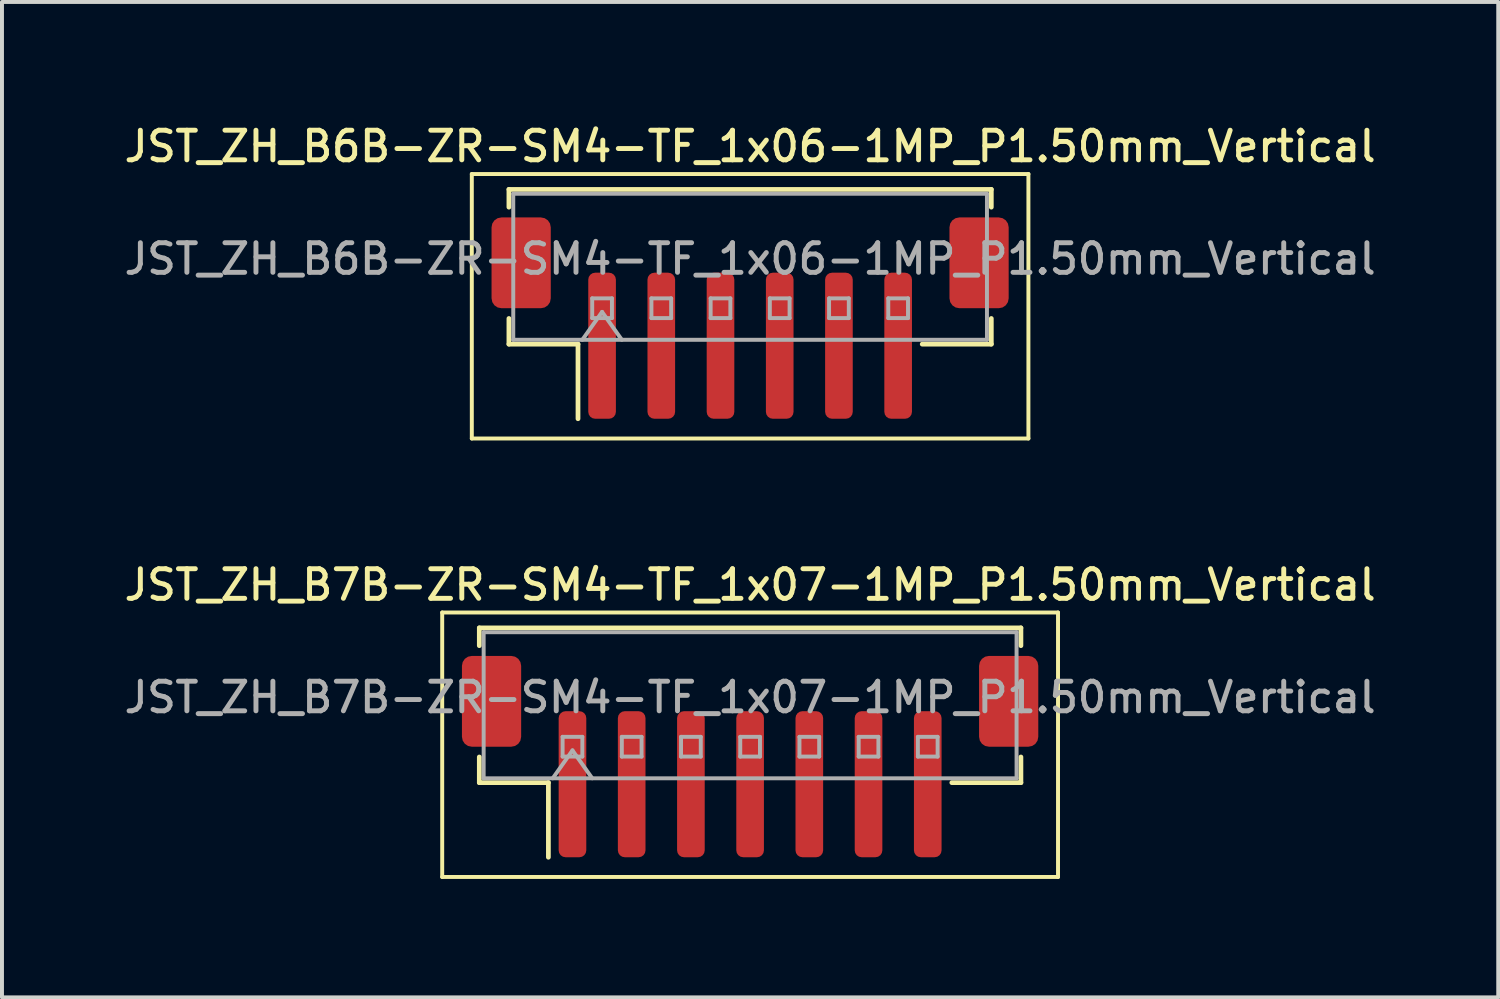
<source format=kicad_pcb>
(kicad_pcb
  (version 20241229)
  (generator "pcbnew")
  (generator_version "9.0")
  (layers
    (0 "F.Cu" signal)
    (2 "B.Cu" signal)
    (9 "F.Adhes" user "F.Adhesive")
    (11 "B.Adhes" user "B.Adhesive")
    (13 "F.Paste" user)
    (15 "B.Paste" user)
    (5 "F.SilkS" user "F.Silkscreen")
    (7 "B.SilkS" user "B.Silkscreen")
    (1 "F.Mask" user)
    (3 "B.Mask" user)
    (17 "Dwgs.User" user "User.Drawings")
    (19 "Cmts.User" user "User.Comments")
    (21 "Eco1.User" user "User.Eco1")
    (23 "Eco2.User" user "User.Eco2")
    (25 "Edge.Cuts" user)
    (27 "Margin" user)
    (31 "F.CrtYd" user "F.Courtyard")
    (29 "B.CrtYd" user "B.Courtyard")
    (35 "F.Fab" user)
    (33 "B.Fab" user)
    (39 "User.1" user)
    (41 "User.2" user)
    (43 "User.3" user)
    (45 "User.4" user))
  (footprint "JST_ZH_B7B-ZR-SM4-TF_1x07-1MP_P1.50mm_Vertical"
    (layer "F.Cu")
    (at 15.952 16.116)
    (property "Reference" "JST_ZH_B7B-ZR-SM4-TF_1x07-1MP_P1.50mm_Vertical" (at 0 -4.35 0) (layer "F.SilkS") (effects (font (size 0.75 0.75) (thickness 0.125))))
    (attr smd)
    (fp_line (start -7.8 -3.65) (end -7.8 3.05) (stroke (width 0.1) (type solid)) (layer "F.SilkS"))
    (fp_line (start -7.8 3.05) (end 7.8 3.05) (stroke (width 0.1) (type solid)) (layer "F.SilkS"))
    (fp_line (start -6.86 -3.26) (end 6.86 -3.26) (stroke (width 0.12) (type solid)) (layer "F.SilkS"))
    (fp_line (start -6.86 -2.81) (end -6.86 -3.26) (stroke (width 0.12) (type solid)) (layer "F.SilkS"))
    (fp_line (start -6.86 0.01) (end -6.86 0.66) (stroke (width 0.12) (type solid)) (layer "F.SilkS"))
    (fp_line (start -6.86 0.66) (end -5.11 0.66) (stroke (width 0.12) (type solid)) (layer "F.SilkS"))
    (fp_line (start -5.11 0.66) (end -5.11 2.55) (stroke (width 0.12) (type solid)) (layer "F.SilkS"))
    (fp_line (start 6.86 -3.26) (end 6.86 -2.81) (stroke (width 0.12) (type solid)) (layer "F.SilkS"))
    (fp_line (start 6.86 0.01) (end 6.86 0.66) (stroke (width 0.12) (type solid)) (layer "F.SilkS"))
    (fp_line (start 6.86 0.66) (end 5.11 0.66) (stroke (width 0.12) (type solid)) (layer "F.SilkS"))
    (fp_line (start 7.8 -3.65) (end -7.8 -3.65) (stroke (width 0.1) (type solid)) (layer "F.SilkS"))
    (fp_line (start 7.8 3.05) (end 7.8 -3.65) (stroke (width 0.1) (type solid)) (layer "F.SilkS"))
    (fp_line (start -6.75 -3.15) (end 6.75 -3.15) (stroke (width 0.1) (type solid)) (layer "F.Fab"))
    (fp_line (start -6.75 0.55) (end -6.75 -3.15) (stroke (width 0.1) (type solid)) (layer "F.Fab"))
    (fp_line (start -6.75 0.55) (end 6.75 0.55) (stroke (width 0.1) (type solid)) (layer "F.Fab"))
    (fp_line (start -5 0.55) (end -4.5 -0.157) (stroke (width 0.1) (type solid)) (layer "F.Fab"))
    (fp_line (start -4.75 -0.5) (end -4.75 0) (stroke (width 0.1) (type solid)) (layer "F.Fab"))
    (fp_line (start -4.75 0) (end -4.25 0) (stroke (width 0.1) (type solid)) (layer "F.Fab"))
    (fp_line (start -4.5 -0.157) (end -4 0.55) (stroke (width 0.1) (type solid)) (layer "F.Fab"))
    (fp_line (start -4.25 -0.5) (end -4.75 -0.5) (stroke (width 0.1) (type solid)) (layer "F.Fab"))
    (fp_line (start -4.25 0) (end -4.25 -0.5) (stroke (width 0.1) (type solid)) (layer "F.Fab"))
    (fp_line (start -3.25 -0.5) (end -3.25 0) (stroke (width 0.1) (type solid)) (layer "F.Fab"))
    (fp_line (start -3.25 0) (end -2.75 0) (stroke (width 0.1) (type solid)) (layer "F.Fab"))
    (fp_line (start -2.75 -0.5) (end -3.25 -0.5) (stroke (width 0.1) (type solid)) (layer "F.Fab"))
    (fp_line (start -2.75 0) (end -2.75 -0.5) (stroke (width 0.1) (type solid)) (layer "F.Fab"))
    (fp_line (start -1.75 -0.5) (end -1.75 0) (stroke (width 0.1) (type solid)) (layer "F.Fab"))
    (fp_line (start -1.75 0) (end -1.25 0) (stroke (width 0.1) (type solid)) (layer "F.Fab"))
    (fp_line (start -1.25 -0.5) (end -1.75 -0.5) (stroke (width 0.1) (type solid)) (layer "F.Fab"))
    (fp_line (start -1.25 0) (end -1.25 -0.5) (stroke (width 0.1) (type solid)) (layer "F.Fab"))
    (fp_line (start -0.25 -0.5) (end -0.25 0) (stroke (width 0.1) (type solid)) (layer "F.Fab"))
    (fp_line (start -0.25 0) (end 0.25 0) (stroke (width 0.1) (type solid)) (layer "F.Fab"))
    (fp_line (start 0.25 -0.5) (end -0.25 -0.5) (stroke (width 0.1) (type solid)) (layer "F.Fab"))
    (fp_line (start 0.25 0) (end 0.25 -0.5) (stroke (width 0.1) (type solid)) (layer "F.Fab"))
    (fp_line (start 1.25 -0.5) (end 1.25 0) (stroke (width 0.1) (type solid)) (layer "F.Fab"))
    (fp_line (start 1.25 0) (end 1.75 0) (stroke (width 0.1) (type solid)) (layer "F.Fab"))
    (fp_line (start 1.75 -0.5) (end 1.25 -0.5) (stroke (width 0.1) (type solid)) (layer "F.Fab"))
    (fp_line (start 1.75 0) (end 1.75 -0.5) (stroke (width 0.1) (type solid)) (layer "F.Fab"))
    (fp_line (start 2.75 -0.5) (end 2.75 0) (stroke (width 0.1) (type solid)) (layer "F.Fab"))
    (fp_line (start 2.75 0) (end 3.25 0) (stroke (width 0.1) (type solid)) (layer "F.Fab"))
    (fp_line (start 3.25 -0.5) (end 2.75 -0.5) (stroke (width 0.1) (type solid)) (layer "F.Fab"))
    (fp_line (start 3.25 0) (end 3.25 -0.5) (stroke (width 0.1) (type solid)) (layer "F.Fab"))
    (fp_line (start 4.25 -0.5) (end 4.25 0) (stroke (width 0.1) (type solid)) (layer "F.Fab"))
    (fp_line (start 4.25 0) (end 4.75 0) (stroke (width 0.1) (type solid)) (layer "F.Fab"))
    (fp_line (start 4.75 -0.5) (end 4.25 -0.5) (stroke (width 0.1) (type solid)) (layer "F.Fab"))
    (fp_line (start 4.75 0) (end 4.75 -0.5) (stroke (width 0.1) (type solid)) (layer "F.Fab"))
    (fp_line (start 6.75 0.55) (end 6.75 -3.15) (stroke (width 0.1) (type solid)) (layer "F.Fab"))
    (fp_text user "${REFERENCE}" (at 0 -1.5 0) (layer "F.Fab") (effects (font (size 0.75 0.75) (thickness 0.125))))
    (pad "1" smd roundrect (at -4.5 0.7) (size 0.7 3.7) (layers "F.Cu" "F.Mask" "F.Paste") (roundrect_rratio 0.25))
    (pad "2" smd roundrect (at -3 0.7) (size 0.7 3.7) (layers "F.Cu" "F.Mask" "F.Paste") (roundrect_rratio 0.25))
    (pad "3" smd roundrect (at -1.5 0.7) (size 0.7 3.7) (layers "F.Cu" "F.Mask" "F.Paste") (roundrect_rratio 0.25))
    (pad "4" smd roundrect (at 0 0.7) (size 0.7 3.7) (layers "F.Cu" "F.Mask" "F.Paste") (roundrect_rratio 0.25))
    (pad "5" smd roundrect (at 1.5 0.7) (size 0.7 3.7) (layers "F.Cu" "F.Mask" "F.Paste") (roundrect_rratio 0.25))
    (pad "6" smd roundrect (at 3 0.7) (size 0.7 3.7) (layers "F.Cu" "F.Mask" "F.Paste") (roundrect_rratio 0.25))
    (pad "7" smd roundrect (at 4.5 0.7) (size 0.7 3.7) (layers "F.Cu" "F.Mask" "F.Paste") (roundrect_rratio 0.25))
    (pad "MP" smd roundrect (at -6.55 -1.4) (size 1.5 2.3) (layers "F.Cu" "F.Mask" "F.Paste") (roundrect_rratio 0.167))
    (pad "MP" smd roundrect (at 6.55 -1.4) (size 1.5 2.3) (layers "F.Cu" "F.Mask" "F.Paste") (roundrect_rratio 0.167)))
  (footprint "JST_ZH_B6B-ZR-SM4-TF_1x06-1MP_P1.50mm_Vertical"
    (layer "F.Cu")
    (at 15.952 5.008)
    (property "Reference" "JST_ZH_B6B-ZR-SM4-TF_1x06-1MP_P1.50mm_Vertical" (at 0 -4.35 0) (layer "F.SilkS") (effects (font (size 0.75 0.75) (thickness 0.125))))
    (attr smd)
    (fp_line (start -7.05 -3.65) (end -7.05 3.05) (stroke (width 0.1) (type solid)) (layer "F.SilkS"))
    (fp_line (start -7.05 3.05) (end 7.05 3.05) (stroke (width 0.1) (type solid)) (layer "F.SilkS"))
    (fp_line (start -6.11 -3.26) (end 6.11 -3.26) (stroke (width 0.12) (type solid)) (layer "F.SilkS"))
    (fp_line (start -6.11 -2.81) (end -6.11 -3.26) (stroke (width 0.12) (type solid)) (layer "F.SilkS"))
    (fp_line (start -6.11 0.01) (end -6.11 0.66) (stroke (width 0.12) (type solid)) (layer "F.SilkS"))
    (fp_line (start -6.11 0.66) (end -4.36 0.66) (stroke (width 0.12) (type solid)) (layer "F.SilkS"))
    (fp_line (start -4.36 0.66) (end -4.36 2.55) (stroke (width 0.12) (type solid)) (layer "F.SilkS"))
    (fp_line (start 6.11 -3.26) (end 6.11 -2.81) (stroke (width 0.12) (type solid)) (layer "F.SilkS"))
    (fp_line (start 6.11 0.01) (end 6.11 0.66) (stroke (width 0.12) (type solid)) (layer "F.SilkS"))
    (fp_line (start 6.11 0.66) (end 4.36 0.66) (stroke (width 0.12) (type solid)) (layer "F.SilkS"))
    (fp_line (start 7.05 -3.65) (end -7.05 -3.65) (stroke (width 0.1) (type solid)) (layer "F.SilkS"))
    (fp_line (start 7.05 3.05) (end 7.05 -3.65) (stroke (width 0.1) (type solid)) (layer "F.SilkS"))
    (fp_line (start -6 -3.15) (end 6 -3.15) (stroke (width 0.1) (type solid)) (layer "F.Fab"))
    (fp_line (start -6 0.55) (end -6 -3.15) (stroke (width 0.1) (type solid)) (layer "F.Fab"))
    (fp_line (start -6 0.55) (end 6 0.55) (stroke (width 0.1) (type solid)) (layer "F.Fab"))
    (fp_line (start -4.25 0.55) (end -3.75 -0.157) (stroke (width 0.1) (type solid)) (layer "F.Fab"))
    (fp_line (start -4 -0.5) (end -4 0) (stroke (width 0.1) (type solid)) (layer "F.Fab"))
    (fp_line (start -4 0) (end -3.5 0) (stroke (width 0.1) (type solid)) (layer "F.Fab"))
    (fp_line (start -3.75 -0.157) (end -3.25 0.55) (stroke (width 0.1) (type solid)) (layer "F.Fab"))
    (fp_line (start -3.5 -0.5) (end -4 -0.5) (stroke (width 0.1) (type solid)) (layer "F.Fab"))
    (fp_line (start -3.5 0) (end -3.5 -0.5) (stroke (width 0.1) (type solid)) (layer "F.Fab"))
    (fp_line (start -2.5 -0.5) (end -2.5 0) (stroke (width 0.1) (type solid)) (layer "F.Fab"))
    (fp_line (start -2.5 0) (end -2 0) (stroke (width 0.1) (type solid)) (layer "F.Fab"))
    (fp_line (start -2 -0.5) (end -2.5 -0.5) (stroke (width 0.1) (type solid)) (layer "F.Fab"))
    (fp_line (start -2 0) (end -2 -0.5) (stroke (width 0.1) (type solid)) (layer "F.Fab"))
    (fp_line (start -1 -0.5) (end -1 0) (stroke (width 0.1) (type solid)) (layer "F.Fab"))
    (fp_line (start -1 0) (end -0.5 0) (stroke (width 0.1) (type solid)) (layer "F.Fab"))
    (fp_line (start -0.5 -0.5) (end -1 -0.5) (stroke (width 0.1) (type solid)) (layer "F.Fab"))
    (fp_line (start -0.5 0) (end -0.5 -0.5) (stroke (width 0.1) (type solid)) (layer "F.Fab"))
    (fp_line (start 0.5 -0.5) (end 0.5 0) (stroke (width 0.1) (type solid)) (layer "F.Fab"))
    (fp_line (start 0.5 0) (end 1 0) (stroke (width 0.1) (type solid)) (layer "F.Fab"))
    (fp_line (start 1 -0.5) (end 0.5 -0.5) (stroke (width 0.1) (type solid)) (layer "F.Fab"))
    (fp_line (start 1 0) (end 1 -0.5) (stroke (width 0.1) (type solid)) (layer "F.Fab"))
    (fp_line (start 2 -0.5) (end 2 0) (stroke (width 0.1) (type solid)) (layer "F.Fab"))
    (fp_line (start 2 0) (end 2.5 0) (stroke (width 0.1) (type solid)) (layer "F.Fab"))
    (fp_line (start 2.5 -0.5) (end 2 -0.5) (stroke (width 0.1) (type solid)) (layer "F.Fab"))
    (fp_line (start 2.5 0) (end 2.5 -0.5) (stroke (width 0.1) (type solid)) (layer "F.Fab"))
    (fp_line (start 3.5 -0.5) (end 3.5 0) (stroke (width 0.1) (type solid)) (layer "F.Fab"))
    (fp_line (start 3.5 0) (end 4 0) (stroke (width 0.1) (type solid)) (layer "F.Fab"))
    (fp_line (start 4 -0.5) (end 3.5 -0.5) (stroke (width 0.1) (type solid)) (layer "F.Fab"))
    (fp_line (start 4 0) (end 4 -0.5) (stroke (width 0.1) (type solid)) (layer "F.Fab"))
    (fp_line (start 6 0.55) (end 6 -3.15) (stroke (width 0.1) (type solid)) (layer "F.Fab"))
    (fp_text user "${REFERENCE}" (at 0 -1.5 0) (layer "F.Fab") (effects (font (size 0.75 0.75) (thickness 0.125))))
    (pad "1" smd roundrect (at -3.75 0.7) (size 0.7 3.7) (layers "F.Cu" "F.Mask" "F.Paste") (roundrect_rratio 0.25))
    (pad "2" smd roundrect (at -2.25 0.7) (size 0.7 3.7) (layers "F.Cu" "F.Mask" "F.Paste") (roundrect_rratio 0.25))
    (pad "3" smd roundrect (at -0.75 0.7) (size 0.7 3.7) (layers "F.Cu" "F.Mask" "F.Paste") (roundrect_rratio 0.25))
    (pad "4" smd roundrect (at 0.75 0.7) (size 0.7 3.7) (layers "F.Cu" "F.Mask" "F.Paste") (roundrect_rratio 0.25))
    (pad "5" smd roundrect (at 2.25 0.7) (size 0.7 3.7) (layers "F.Cu" "F.Mask" "F.Paste") (roundrect_rratio 0.25))
    (pad "6" smd roundrect (at 3.75 0.7) (size 0.7 3.7) (layers "F.Cu" "F.Mask" "F.Paste") (roundrect_rratio 0.25))
    (pad "MP" smd roundrect (at -5.8 -1.4) (size 1.5 2.3) (layers "F.Cu" "F.Mask" "F.Paste") (roundrect_rratio 0.167))
    (pad "MP" smd roundrect (at 5.8 -1.4) (size 1.5 2.3) (layers "F.Cu" "F.Mask" "F.Paste") (roundrect_rratio 0.167)))
  (gr_rect
    (start -3 -3)
    (end 34.904 22.216)
    (stroke (width 0.1) (type default))
    (fill no)
    (layer "Edge.Cuts")))
</source>
